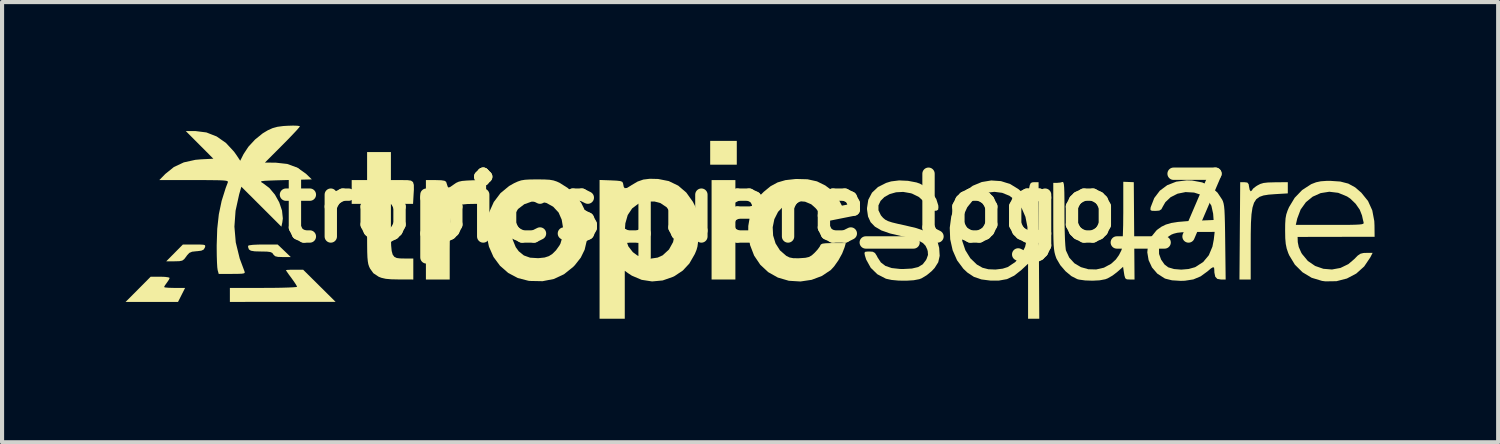
<source format=kicad_pcb>
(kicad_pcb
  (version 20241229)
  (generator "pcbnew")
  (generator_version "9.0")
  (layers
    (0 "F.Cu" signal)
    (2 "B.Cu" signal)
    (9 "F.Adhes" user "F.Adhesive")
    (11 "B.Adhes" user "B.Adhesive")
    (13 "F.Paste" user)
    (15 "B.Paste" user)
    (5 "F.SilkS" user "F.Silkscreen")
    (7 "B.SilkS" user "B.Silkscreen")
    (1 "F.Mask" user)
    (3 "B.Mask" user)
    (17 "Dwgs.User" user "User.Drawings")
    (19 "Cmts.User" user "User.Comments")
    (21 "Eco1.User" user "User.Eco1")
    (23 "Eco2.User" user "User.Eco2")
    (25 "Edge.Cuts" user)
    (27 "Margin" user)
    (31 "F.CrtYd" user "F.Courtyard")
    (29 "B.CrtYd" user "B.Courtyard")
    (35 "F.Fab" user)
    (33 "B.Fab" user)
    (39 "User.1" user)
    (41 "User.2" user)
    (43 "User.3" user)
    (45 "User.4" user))
  (footprint "tropicsquare_logo_7"
    (layer "F.Cu")
    (at 15.215 2.003)
    (property "Reference" "tropicsquare_logo_7" (at 0 0 0) (layer "F.SilkS") (effects (font (size 1.524 1.524) (thickness 0.3))))
    (attr board_only exclude_from_pos_files exclude_from_bom)
    (fp_poly (pts (xy -0.408 1.734) (xy -0.986 1.734) (xy -0.986 -0.68) (xy -0.408 -0.68)) (stroke (width 0) (type solid)) (fill yes) (layer "F.SilkS"))
    (fp_poly (pts (xy -0.374 -1.054) (xy -1.02 -1.054) (xy -1.02 -1.632) (xy -0.374 -1.632)) (stroke (width 0) (type solid)) (fill yes) (layer "F.SilkS"))
    (fp_poly (pts (xy -13.407 0.885) (xy -13.325 0.89) (xy -13.287 0.902) (xy -13.281 0.926) (xy -13.291 0.961) (xy -13.321 1.008) (xy -13.377 1.034) (xy -13.48 1.047) (xy -13.491 1.047) (xy -13.6 1.059) (xy -13.668 1.088) (xy -13.723 1.147) (xy -13.742 1.175) (xy -13.792 1.24) (xy -13.84 1.275) (xy -13.911 1.289) (xy -14.025 1.292) (xy -14.228 1.292) (xy -13.824 0.884) (xy -13.544 0.884)) (stroke (width 0) (type solid)) (fill yes) (layer "F.SilkS"))
    (fp_poly (pts (xy -10.116 2.277) (xy -12.683 2.278) (xy -12.683 1.938) (xy -11.867 1.938) (xy -11.639 1.937) (xy -11.436 1.934) (xy -11.267 1.929) (xy -11.141 1.923) (xy -11.067 1.916) (xy -11.051 1.91) (xy -11.07 1.871) (xy -11.12 1.794) (xy -11.187 1.7) (xy -11.256 1.607) (xy -11.304 1.537) (xy -11.323 1.507) (xy -11.292 1.501) (xy -11.211 1.497) (xy -11.113 1.496) (xy -10.904 1.496)) (stroke (width 0) (type solid)) (fill yes) (layer "F.SilkS"))
    (fp_poly (pts (xy -14.26 1.67) (xy -14.178 1.681) (xy -14.145 1.695) (xy -14.145 1.696) (xy -14.164 1.74) (xy -14.211 1.809) (xy -14.213 1.811) (xy -14.26 1.877) (xy -14.281 1.917) (xy -14.281 1.918) (xy -14.25 1.928) (xy -14.167 1.935) (xy -14.05 1.938) (xy -14.026 1.938) (xy -13.77 1.938) (xy -13.856 2.108) (xy -13.942 2.278) (xy -15.215 2.278) (xy -14.91 1.972) (xy -14.606 1.666) (xy -14.375 1.666)) (stroke (width 0) (type solid)) (fill yes) (layer "F.SilkS"))
    (fp_poly (pts (xy -11.363 1.036) (xy -11.204 1.189) (xy -11.398 1.189) (xy -11.515 1.185) (xy -11.583 1.169) (xy -11.622 1.134) (xy -11.629 1.122) (xy -11.656 1.087) (xy -11.702 1.067) (xy -11.781 1.057) (xy -11.912 1.054) (xy -11.932 1.054) (xy -12.08 1.05) (xy -12.172 1.035) (xy -12.221 1.003) (xy -12.24 0.948) (xy -12.241 0.915) (xy -12.209 0.903) (xy -12.124 0.892) (xy -11.998 0.886) (xy -11.882 0.884) (xy -11.523 0.884)) (stroke (width 0) (type solid)) (fill yes) (layer "F.SilkS"))
    (fp_poly (pts (xy -6.461 -0.102) (xy -6.751 -0.102) (xy -6.915 -0.099) (xy -7.046 -0.086) (xy -7.147 -0.055) (xy -7.222 0.000228) (xy -7.276 0.087) (xy -7.311 0.211) (xy -7.332 0.38) (xy -7.341 0.602) (xy -7.344 0.882) (xy -7.345 0.985) (xy -7.345 1.734) (xy -7.923 1.734) (xy -7.923 -0.68) (xy -7.684 -0.68) (xy -7.549 -0.676) (xy -7.47 -0.663) (xy -7.433 -0.639) (xy -7.429 -0.629) (xy -7.403 -0.549) (xy -7.396 -0.525) (xy -7.376 -0.499) (xy -7.336 -0.511) (xy -7.26 -0.563) (xy -7.254 -0.568) (xy -7.19 -0.612) (xy -7.126 -0.641) (xy -7.046 -0.659) (xy -6.93 -0.669) (xy -6.795 -0.675) (xy -6.461 -0.686)) (stroke (width 0) (type solid)) (fill yes) (layer "F.SilkS"))
    (fp_poly (pts (xy 12.023 -0.62) (xy 12.055 -0.581) (xy 12.065 -0.519) (xy 12.08 -0.443) (xy 12.105 -0.408) (xy 12.107 -0.408) (xy 12.138 -0.433) (xy 12.139 -0.439) (xy 12.165 -0.475) (xy 12.232 -0.527) (xy 12.263 -0.547) (xy 12.337 -0.586) (xy 12.418 -0.61) (xy 12.526 -0.622) (xy 12.681 -0.626) (xy 12.697 -0.627) (xy 13.006 -0.629) (xy 13.006 -0.357) (xy 12.7 -0.339) (xy 12.543 -0.327) (xy 12.416 -0.307) (xy 12.317 -0.272) (xy 12.241 -0.216) (xy 12.186 -0.131) (xy 12.148 -0.011) (xy 12.124 0.152) (xy 12.111 0.362) (xy 12.106 0.629) (xy 12.105 0.902) (xy 12.105 1.734) (xy 11.832 1.734) (xy 11.85 -0.629) (xy 11.952 -0.629)) (stroke (width 0) (type solid)) (fill yes) (layer "F.SilkS"))
    (fp_poly (pts (xy -8.773 -0.68) (xy -8.505 -0.68) (xy -8.371 -0.679) (xy -8.285 -0.667) (xy -8.236 -0.632) (xy -8.216 -0.563) (xy -8.215 -0.447) (xy -8.223 -0.315) (xy -8.235 -0.102) (xy -8.773 -0.102) (xy -8.773 0.485) (xy -8.772 0.727) (xy -8.767 0.91) (xy -8.754 1.041) (xy -8.73 1.129) (xy -8.69 1.183) (xy -8.631 1.212) (xy -8.55 1.222) (xy -8.448 1.224) (xy -8.229 1.224) (xy -8.229 1.734) (xy -8.577 1.733) (xy -8.763 1.729) (xy -8.899 1.717) (xy -9.003 1.693) (xy -9.068 1.668) (xy -9.199 1.581) (xy -9.281 1.466) (xy -9.304 1.415) (xy -9.322 1.36) (xy -9.334 1.29) (xy -9.343 1.196) (xy -9.348 1.066) (xy -9.35 0.891) (xy -9.351 0.66) (xy -9.351 0.613) (xy -9.351 -0.102) (xy -9.725 -0.102) (xy -9.725 -0.68) (xy -9.351 -0.68) (xy -9.351 -1.36) (xy -8.773 -1.36)) (stroke (width 0) (type solid)) (fill yes) (layer "F.SilkS"))
    (fp_poly (pts (xy 9.266 -0.629) (xy 9.284 1.734) (xy 9.168 1.734) (xy 9.097 1.73) (xy 9.059 1.704) (xy 9.039 1.639) (xy 9.029 1.58) (xy 9.006 1.426) (xy 8.857 1.557) (xy 8.749 1.639) (xy 8.634 1.705) (xy 8.575 1.728) (xy 8.437 1.754) (xy 8.264 1.763) (xy 8.086 1.757) (xy 7.935 1.736) (xy 7.894 1.725) (xy 7.751 1.652) (xy 7.607 1.532) (xy 7.481 1.385) (xy 7.39 1.229) (xy 7.38 1.204) (xy 7.358 1.139) (xy 7.341 1.072) (xy 7.329 0.993) (xy 7.32 0.892) (xy 7.315 0.758) (xy 7.312 0.582) (xy 7.311 0.354) (xy 7.311 0.203) (xy 7.311 -0.612) (xy 7.393 -0.612) (xy 7.481 -0.62) (xy 7.529 -0.633) (xy 7.546 -0.633) (xy 7.559 -0.616) (xy 7.569 -0.571) (xy 7.576 -0.493) (xy 7.58 -0.372) (xy 7.582 -0.202) (xy 7.583 0.026) (xy 7.583 0.124) (xy 7.584 0.357) (xy 7.589 0.573) (xy 7.595 0.761) (xy 7.604 0.908) (xy 7.614 1.005) (xy 7.618 1.028) (xy 7.699 1.203) (xy 7.824 1.34) (xy 7.983 1.434) (xy 8.163 1.485) (xy 8.353 1.49) (xy 8.541 1.447) (xy 8.715 1.353) (xy 8.831 1.247) (xy 8.906 1.142) (xy 8.963 1.029) (xy 8.975 0.996) (xy 8.985 0.923) (xy 8.995 0.794) (xy 9.002 0.62) (xy 9.008 0.412) (xy 9.01 0.183) (xy 9.011 0.114) (xy 9.011 -0.639)) (stroke (width 0) (type solid)) (fill yes) (layer "F.SilkS"))
    (fp_poly (pts (xy 6.04 -0.655) (xy 6.265 -0.584) (xy 6.47 -0.457) (xy 6.542 -0.392) (xy 6.615 -0.323) (xy 6.665 -0.283) (xy 6.679 -0.277) (xy 6.691 -0.315) (xy 6.708 -0.397) (xy 6.72 -0.459) (xy 6.741 -0.56) (xy 6.766 -0.61) (xy 6.809 -0.627) (xy 6.852 -0.629) (xy 6.954 -0.629) (xy 6.962 1.029) (xy 6.971 2.686) (xy 6.699 2.686) (xy 6.699 1.351) (xy 6.536 1.503) (xy 6.362 1.641) (xy 6.186 1.725) (xy 5.986 1.761) (xy 5.79 1.761) (xy 5.565 1.732) (xy 5.384 1.67) (xy 5.224 1.564) (xy 5.128 1.473) (xy 4.975 1.268) (xy 4.868 1.025) (xy 4.808 0.757) (xy 4.8 0.553) (xy 5.073 0.553) (xy 5.101 0.799) (xy 5.177 1.024) (xy 5.297 1.218) (xy 5.456 1.371) (xy 5.591 1.448) (xy 5.735 1.485) (xy 5.908 1.492) (xy 6.082 1.471) (xy 6.205 1.432) (xy 6.386 1.312) (xy 6.527 1.145) (xy 6.627 0.941) (xy 6.68 0.71) (xy 6.684 0.462) (xy 6.635 0.212) (xy 6.54 -0.008) (xy 6.407 -0.178) (xy 6.247 -0.299) (xy 6.069 -0.371) (xy 5.881 -0.395) (xy 5.694 -0.372) (xy 5.515 -0.301) (xy 5.355 -0.184) (xy 5.223 -0.021) (xy 5.127 0.188) (xy 5.098 0.298) (xy 5.073 0.553) (xy 4.8 0.553) (xy 4.797 0.479) (xy 4.834 0.202) (xy 4.922 -0.06) (xy 5.004 -0.212) (xy 5.163 -0.403) (xy 5.357 -0.543) (xy 5.575 -0.633) (xy 5.806 -0.671)) (stroke (width 0) (type solid)) (fill yes) (layer "F.SilkS"))
    (fp_poly (pts (xy -5.219 -0.697) (xy -5.045 -0.695) (xy -4.921 -0.688) (xy -4.827 -0.672) (xy -4.745 -0.645) (xy -4.675 -0.613) (xy -4.476 -0.486) (xy -4.295 -0.317) (xy -4.151 -0.125) (xy -4.08 0.018) (xy -4.036 0.152) (xy -4.012 0.288) (xy -4.002 0.455) (xy -4.002 0.527) (xy -4.017 0.792) (xy -4.069 1.012) (xy -4.163 1.204) (xy -4.306 1.386) (xy -4.35 1.431) (xy -4.569 1.606) (xy -4.815 1.721) (xy -5.09 1.775) (xy -5.397 1.769) (xy -5.433 1.765) (xy -5.692 1.698) (xy -5.924 1.575) (xy -6.123 1.401) (xy -6.282 1.186) (xy -6.392 0.936) (xy -6.446 0.679) (xy -6.446 0.569) (xy -5.847 0.569) (xy -5.815 0.77) (xy -5.741 0.95) (xy -5.668 1.049) (xy -5.544 1.15) (xy -5.393 1.204) (xy -5.201 1.216) (xy -5.181 1.215) (xy -5.04 1.2) (xy -4.936 1.166) (xy -4.853 1.113) (xy -4.764 1.025) (xy -4.682 0.91) (xy -4.657 0.865) (xy -4.603 0.685) (xy -4.592 0.482) (xy -4.625 0.282) (xy -4.7 0.11) (xy -4.705 0.103) (xy -4.833 -0.034) (xy -4.995 -0.124) (xy -5.176 -0.164) (xy -5.361 -0.155) (xy -5.534 -0.094) (xy -5.681 0.019) (xy -5.686 0.023) (xy -5.782 0.177) (xy -5.836 0.365) (xy -5.847 0.569) (xy -6.446 0.569) (xy -6.446 0.382) (xy -6.388 0.104) (xy -6.275 -0.147) (xy -6.112 -0.363) (xy -5.903 -0.536) (xy -5.785 -0.603) (xy -5.693 -0.645) (xy -5.61 -0.673) (xy -5.518 -0.688) (xy -5.397 -0.695) (xy -5.229 -0.697)) (stroke (width 0) (type solid)) (fill yes) (layer "F.SilkS"))
    (fp_poly (pts (xy -2.286 -0.707) (xy -2.284 -0.707) (xy -2.026 -0.656) (xy -1.796 -0.545) (xy -1.6 -0.377) (xy -1.442 -0.156) (xy -1.399 -0.073) (xy -1.36 0.016) (xy -1.334 0.098) (xy -1.319 0.189) (xy -1.311 0.308) (xy -1.309 0.472) (xy -1.309 0.527) (xy -1.31 0.707) (xy -1.316 0.837) (xy -1.329 0.934) (xy -1.352 1.016) (xy -1.387 1.101) (xy -1.398 1.124) (xy -1.526 1.346) (xy -1.684 1.516) (xy -1.884 1.65) (xy -1.922 1.669) (xy -2.173 1.757) (xy -2.43 1.781) (xy -2.684 1.742) (xy -2.922 1.641) (xy -3.018 1.578) (xy -3.094 1.522) (xy -3.094 2.686) (xy -3.706 2.686) (xy -3.706 0.527) (xy -3.091 0.527) (xy -3.07 0.752) (xy -3.007 0.93) (xy -2.899 1.069) (xy -2.788 1.151) (xy -2.638 1.21) (xy -2.465 1.227) (xy -2.296 1.202) (xy -2.174 1.147) (xy -2.02 1.005) (xy -1.921 0.825) (xy -1.877 0.613) (xy -1.892 0.374) (xy -1.899 0.34) (xy -1.968 0.133) (xy -2.078 -0.021) (xy -2.227 -0.121) (xy -2.372 -0.16) (xy -2.587 -0.16) (xy -2.77 -0.102) (xy -2.916 0.009) (xy -3.022 0.168) (xy -3.08 0.37) (xy -3.091 0.527) (xy -3.706 0.527) (xy -3.706 -0.683) (xy -3.426 -0.673) (xy -3.287 -0.666) (xy -3.202 -0.656) (xy -3.157 -0.639) (xy -3.138 -0.61) (xy -3.135 -0.595) (xy -3.118 -0.513) (xy -3.09 -0.479) (xy -3.039 -0.49) (xy -2.95 -0.544) (xy -2.924 -0.561) (xy -2.781 -0.645) (xy -2.643 -0.693) (xy -2.485 -0.712)) (stroke (width 0) (type solid)) (fill yes) (layer "F.SilkS"))
    (fp_poly (pts (xy 1.343 -0.7) (xy 1.573 -0.649) (xy 1.774 -0.55) (xy 1.891 -0.462) (xy 2.006 -0.338) (xy 2.118 -0.175) (xy 2.207 -0.001) (xy 2.244 0.103) (xy 2.273 0.204) (xy 1.978 0.203) (xy 1.836 0.201) (xy 1.745 0.195) (xy 1.69 0.179) (xy 1.653 0.149) (xy 1.618 0.099) (xy 1.615 0.093) (xy 1.54 0.002) (xy 1.444 -0.084) (xy 1.428 -0.095) (xy 1.285 -0.155) (xy 1.115 -0.17) (xy 0.942 -0.142) (xy 0.789 -0.071) (xy 0.769 -0.056) (xy 0.628 0.091) (xy 0.538 0.269) (xy 0.498 0.465) (xy 0.508 0.665) (xy 0.567 0.857) (xy 0.674 1.026) (xy 0.828 1.16) (xy 0.829 1.161) (xy 0.907 1.199) (xy 1 1.217) (xy 1.131 1.218) (xy 1.164 1.216) (xy 1.293 1.207) (xy 1.378 1.187) (xy 1.445 1.149) (xy 1.512 1.089) (xy 1.587 1.008) (xy 1.64 0.936) (xy 1.651 0.912) (xy 1.669 0.882) (xy 1.709 0.863) (xy 1.784 0.854) (xy 1.908 0.85) (xy 1.972 0.85) (xy 2.273 0.85) (xy 2.244 0.951) (xy 2.184 1.105) (xy 2.093 1.269) (xy 1.989 1.416) (xy 1.908 1.504) (xy 1.693 1.648) (xy 1.443 1.742) (xy 1.172 1.782) (xy 0.893 1.765) (xy 0.891 1.765) (xy 0.623 1.687) (xy 0.389 1.555) (xy 0.196 1.375) (xy 0.047 1.154) (xy -0.052 0.897) (xy -0.096 0.613) (xy -0.095 0.435) (xy -0.046 0.145) (xy 0.06 -0.114) (xy 0.222 -0.337) (xy 0.278 -0.393) (xy 0.446 -0.531) (xy 0.616 -0.623) (xy 0.808 -0.679) (xy 1.042 -0.705) (xy 1.071 -0.707)) (stroke (width 0) (type solid)) (fill yes) (layer "F.SilkS"))
    (fp_poly (pts (xy 14.28 -0.645) (xy 14.474 -0.595) (xy 14.642 -0.503) (xy 14.791 -0.374) (xy 14.954 -0.172) (xy 15.057 0.055) (xy 15.106 0.315) (xy 15.111 0.422) (xy 15.114 0.697) (xy 14.179 0.698) (xy 13.244 0.7) (xy 13.248 0.826) (xy 13.272 0.945) (xy 13.331 1.079) (xy 13.351 1.113) (xy 13.493 1.284) (xy 13.67 1.405) (xy 13.869 1.474) (xy 14.078 1.491) (xy 14.285 1.453) (xy 14.477 1.36) (xy 14.619 1.239) (xy 14.704 1.153) (xy 14.771 1.108) (xy 14.845 1.09) (xy 14.912 1.088) (xy 15.065 1.088) (xy 15.008 1.199) (xy 14.86 1.418) (xy 14.668 1.59) (xy 14.441 1.71) (xy 14.188 1.775) (xy 13.919 1.779) (xy 13.837 1.768) (xy 13.585 1.692) (xy 13.363 1.558) (xy 13.178 1.374) (xy 13.039 1.145) (xy 13.016 1.091) (xy 12.979 0.982) (xy 12.956 0.869) (xy 12.944 0.731) (xy 12.941 0.547) (xy 12.941 0.544) (xy 12.942 0.408) (xy 13.2 0.408) (xy 14.032 0.408) (xy 14.291 0.408) (xy 14.49 0.407) (xy 14.636 0.404) (xy 14.737 0.399) (xy 14.801 0.392) (xy 14.836 0.381) (xy 14.848 0.367) (xy 14.847 0.349) (xy 14.828 0.273) (xy 14.808 0.18) (xy 14.753 0.039) (xy 14.652 -0.106) (xy 14.522 -0.231) (xy 14.444 -0.283) (xy 14.23 -0.371) (xy 14.013 -0.397) (xy 13.804 -0.364) (xy 13.611 -0.278) (xy 13.446 -0.144) (xy 13.317 0.036) (xy 13.235 0.255) (xy 13.233 0.264) (xy 13.2 0.408) (xy 12.942 0.408) (xy 12.943 0.374) (xy 12.951 0.251) (xy 12.969 0.154) (xy 13 0.061) (xy 13.035 -0.021) (xy 13.173 -0.25) (xy 13.356 -0.44) (xy 13.571 -0.579) (xy 13.584 -0.585) (xy 13.693 -0.627) (xy 13.807 -0.651) (xy 13.949 -0.661) (xy 14.043 -0.661)) (stroke (width 0) (type solid)) (fill yes) (layer "F.SilkS"))
    (fp_poly (pts (xy -11.046 -2) (xy -10.989 -1.991) (xy -10.983 -1.985) (xy -11.006 -1.953) (xy -11.069 -1.881) (xy -11.166 -1.778) (xy -11.287 -1.652) (xy -11.407 -1.531) (xy -11.832 -1.105) (xy -11.569 -1.103) (xy -11.29 -1.072) (xy -11.045 -0.982) (xy -10.834 -0.833) (xy -10.813 -0.813) (xy -10.694 -0.697) (xy -11.34 -0.68) (xy -11.563 -0.674) (xy -11.726 -0.668) (xy -11.836 -0.663) (xy -11.901 -0.655) (xy -11.927 -0.645) (xy -11.923 -0.632) (xy -11.896 -0.614) (xy -11.88 -0.605) (xy -11.724 -0.488) (xy -11.589 -0.326) (xy -11.484 -0.138) (xy -11.417 0.06) (xy -11.397 0.251) (xy -11.409 0.344) (xy -11.432 0.451) (xy -11.918 -0.034) (xy -12.404 -0.519) (xy -12.457 -0.336) (xy -12.545 0.064) (xy -12.573 0.45) (xy -12.54 0.834) (xy -12.444 1.226) (xy -12.327 1.539) (xy -12.321 1.566) (xy -12.339 1.584) (xy -12.391 1.593) (xy -12.491 1.597) (xy -12.628 1.598) (xy -12.954 1.598) (xy -12.98 1.505) (xy -12.989 1.438) (xy -12.996 1.318) (xy -13.001 1.16) (xy -13.003 0.979) (xy -13.003 0.901) (xy -12.99 0.503) (xy -12.951 0.15) (xy -12.883 -0.175) (xy -12.784 -0.49) (xy -12.734 -0.621) (xy -12.73 -0.639) (xy -12.741 -0.653) (xy -12.774 -0.664) (xy -12.836 -0.671) (xy -12.936 -0.676) (xy -13.08 -0.678) (xy -13.277 -0.68) (xy -13.533 -0.68) (xy -13.554 -0.68) (xy -14.397 -0.68) (xy -14.25 -0.83) (xy -14.043 -0.997) (xy -13.802 -1.11) (xy -13.521 -1.172) (xy -13.385 -1.184) (xy -13.084 -1.199) (xy -13.418 -1.534) (xy -13.753 -1.87) (xy -13.515 -1.87) (xy -13.253 -1.837) (xy -13.005 -1.74) (xy -12.779 -1.583) (xy -12.581 -1.369) (xy -12.522 -1.286) (xy -12.432 -1.15) (xy -12.351 -1.311) (xy -12.233 -1.49) (xy -12.071 -1.665) (xy -11.886 -1.815) (xy -11.761 -1.89) (xy -11.645 -1.942) (xy -11.528 -1.974) (xy -11.384 -1.993) (xy -11.28 -1.999) (xy -11.148 -2.003)) (stroke (width 0) (type solid)) (fill yes) (layer "F.SilkS"))
    (fp_poly (pts (xy 10.681 -0.67) (xy 10.929 -0.623) (xy 11.134 -0.525) (xy 11.3 -0.374) (xy 11.413 -0.204) (xy 11.432 -0.162) (xy 11.447 -0.11) (xy 11.459 -0.041) (xy 11.468 0.055) (xy 11.474 0.186) (xy 11.479 0.361) (xy 11.483 0.587) (xy 11.486 0.825) (xy 11.497 1.734) (xy 11.38 1.734) (xy 11.294 1.719) (xy 11.244 1.666) (xy 11.223 1.565) (xy 11.221 1.505) (xy 11.216 1.449) (xy 11.192 1.435) (xy 11.141 1.464) (xy 11.058 1.535) (xy 10.889 1.658) (xy 10.712 1.732) (xy 10.506 1.764) (xy 10.405 1.767) (xy 10.195 1.754) (xy 10.037 1.715) (xy 10.013 1.705) (xy 9.838 1.592) (xy 9.708 1.441) (xy 9.626 1.264) (xy 9.594 1.074) (xy 9.603 0.986) (xy 9.878 0.986) (xy 9.88 1.114) (xy 9.929 1.25) (xy 10.012 1.369) (xy 10.102 1.438) (xy 10.244 1.48) (xy 10.419 1.494) (xy 10.597 1.479) (xy 10.751 1.436) (xy 10.762 1.431) (xy 10.95 1.31) (xy 11.088 1.145) (xy 11.176 0.935) (xy 11.208 0.768) (xy 11.23 0.578) (xy 10.775 0.579) (xy 10.574 0.581) (xy 10.427 0.588) (xy 10.319 0.6) (xy 10.237 0.621) (xy 10.181 0.643) (xy 10.026 0.743) (xy 9.919 0.877) (xy 9.878 0.986) (xy 9.603 0.986) (xy 9.614 0.883) (xy 9.687 0.702) (xy 9.814 0.545) (xy 9.841 0.521) (xy 9.938 0.452) (xy 10.045 0.4) (xy 10.174 0.362) (xy 10.339 0.336) (xy 10.55 0.318) (xy 10.728 0.309) (xy 11.204 0.289) (xy 11.193 0.136) (xy 11.15 -0.059) (xy 11.054 -0.212) (xy 10.907 -0.32) (xy 10.73 -0.377) (xy 10.524 -0.389) (xy 10.33 -0.35) (xy 10.162 -0.266) (xy 10.033 -0.144) (xy 9.975 -0.044) (xy 9.936 0.029) (xy 9.885 0.061) (xy 9.794 0.068) (xy 9.792 0.068) (xy 9.705 0.065) (xy 9.671 0.047) (xy 9.672 0.000146) (xy 9.678 -0.026) (xy 9.763 -0.244) (xy 9.899 -0.423) (xy 10.079 -0.557) (xy 10.298 -0.642) (xy 10.55 -0.674)) (stroke (width 0) (type solid)) (fill yes) (layer "F.SilkS"))
    (fp_poly (pts (xy 3.784 -0.662) (xy 3.988 -0.623) (xy 4.072 -0.594) (xy 4.234 -0.5) (xy 4.371 -0.37) (xy 4.47 -0.22) (xy 4.519 -0.065) (xy 4.522 -0.018) (xy 4.515 0.038) (xy 4.479 0.062) (xy 4.397 0.068) (xy 4.39 0.068) (xy 4.301 0.062) (xy 4.257 0.033) (xy 4.235 -0.026) (xy 4.169 -0.158) (xy 4.047 -0.27) (xy 3.883 -0.351) (xy 3.85 -0.361) (xy 3.667 -0.393) (xy 3.494 -0.384) (xy 3.339 -0.34) (xy 3.211 -0.269) (xy 3.117 -0.175) (xy 3.066 -0.066) (xy 3.066 0.053) (xy 3.125 0.175) (xy 3.131 0.183) (xy 3.179 0.238) (xy 3.231 0.281) (xy 3.299 0.316) (xy 3.397 0.348) (xy 3.536 0.382) (xy 3.715 0.421) (xy 3.979 0.484) (xy 4.182 0.552) (xy 4.332 0.629) (xy 4.437 0.72) (xy 4.504 0.83) (xy 4.54 0.964) (xy 4.541 0.971) (xy 4.553 1.16) (xy 4.518 1.315) (xy 4.43 1.454) (xy 4.358 1.531) (xy 4.239 1.629) (xy 4.117 1.703) (xy 4.059 1.726) (xy 3.922 1.752) (xy 3.746 1.763) (xy 3.559 1.761) (xy 3.386 1.745) (xy 3.252 1.716) (xy 3.246 1.714) (xy 3.04 1.607) (xy 2.879 1.45) (xy 2.768 1.25) (xy 2.736 1.148) (xy 2.726 1.087) (xy 2.746 1.061) (xy 2.814 1.054) (xy 2.844 1.054) (xy 2.928 1.06) (xy 2.981 1.09) (xy 3.026 1.159) (xy 3.043 1.195) (xy 3.125 1.32) (xy 3.237 1.405) (xy 3.388 1.456) (xy 3.59 1.478) (xy 3.672 1.479) (xy 3.878 1.468) (xy 4.03 1.432) (xy 4.14 1.366) (xy 4.219 1.264) (xy 4.235 1.233) (xy 4.269 1.137) (xy 4.263 1.047) (xy 4.249 0.999) (xy 4.209 0.915) (xy 4.145 0.848) (xy 4.046 0.793) (xy 3.903 0.744) (xy 3.705 0.697) (xy 3.622 0.68) (xy 3.348 0.616) (xy 3.136 0.542) (xy 2.981 0.451) (xy 2.875 0.341) (xy 2.813 0.205) (xy 2.789 0.039) (xy 2.788 -0.001) (xy 2.819 -0.202) (xy 2.909 -0.374) (xy 3.055 -0.512) (xy 3.254 -0.612) (xy 3.373 -0.648) (xy 3.567 -0.672)) (stroke (width 0) (type solid)) (fill yes) (layer "F.SilkS")))
  (gr_rect
    (start -3 -3)
    (end 33.329 7.689)
    (stroke (width 0.1) (type default))
    (fill no)
    (layer "Edge.Cuts")))
</source>
